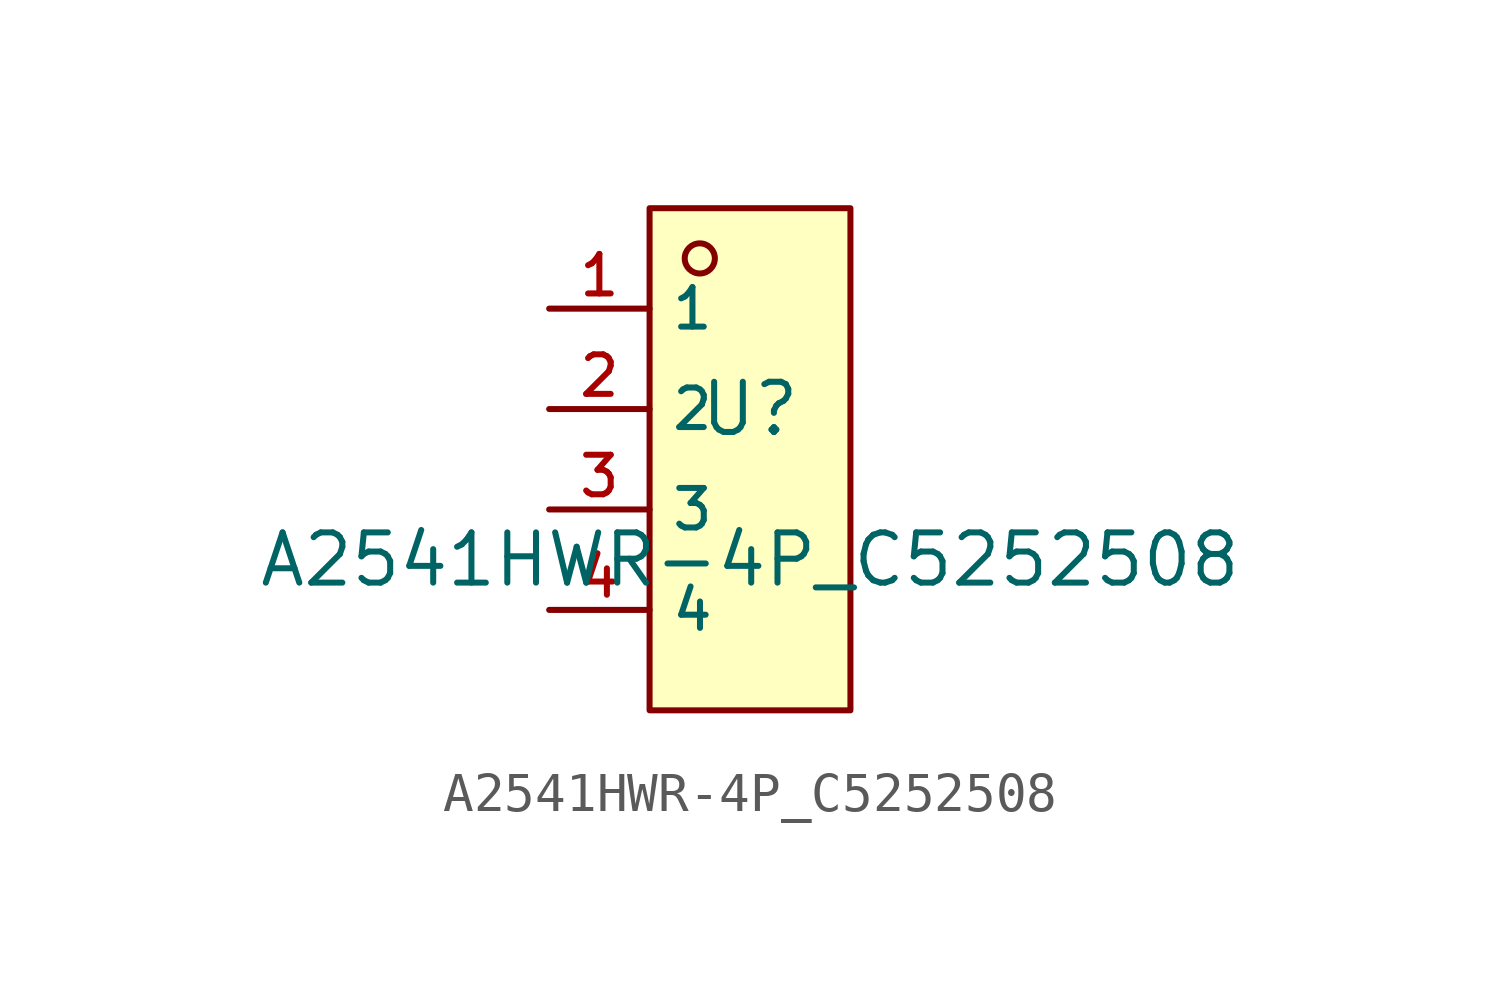
<source format=kicad_sym>
(kicad_symbol_lib
  (version 20210201)
  (generator TousstNicolas/JLC2KiCad_lib)
  (symbol "A2541HWR-4P_C5252508"
    (property "Reference" "U"
      (at 0 1.27 0)
      (effects (font (size 1.27 1.27))))
    (property "Value" "A2541HWR-4P_C5252508"
      (at 0 -2.54 0)
      (effects (font (size 1.27 1.27))))
    (symbol "A2541HWR-4P_C5252508_0_1"
      (rectangle (start -2.54 6.35) (end 2.54 -6.35) (stroke (width 0) (type default) (color 0 0 0 0)) (fill (type background)))
      (circle (center -1.27 5.08) (radius 0.381) (stroke (width 0) (type default) (color 0 0 0 0)) (fill (type background)))
      (pin unspecified line (at -5.08 3.81 0) (length 2.54) (name "1" (effects (font (size 1 1)))) (number "1" (effects (font (size 1 1)))))
      (pin unspecified line (at -5.08 1.27 0) (length 2.54) (name "2" (effects (font (size 1 1)))) (number "2" (effects (font (size 1 1)))))
      (pin unspecified line (at -5.08 -1.27 0) (length 2.54) (name "3" (effects (font (size 1 1)))) (number "3" (effects (font (size 1 1)))))
      (pin unspecified line (at -5.08 -3.81 0) (length 2.54) (name "4" (effects (font (size 1 1)))) (number "4" (effects (font (size 1 1))))))))
</source>
